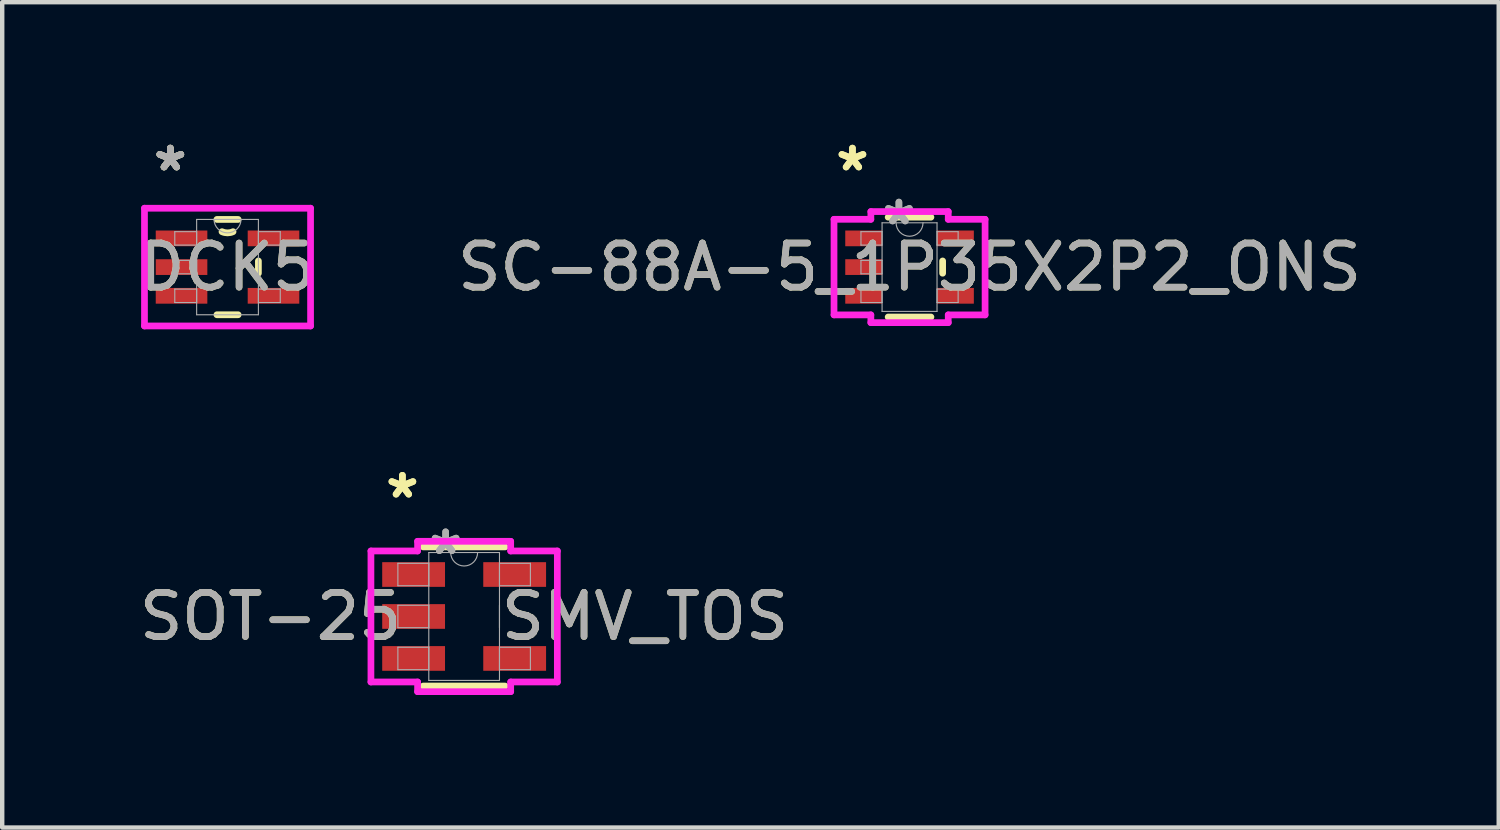
<source format=kicad_pcb>
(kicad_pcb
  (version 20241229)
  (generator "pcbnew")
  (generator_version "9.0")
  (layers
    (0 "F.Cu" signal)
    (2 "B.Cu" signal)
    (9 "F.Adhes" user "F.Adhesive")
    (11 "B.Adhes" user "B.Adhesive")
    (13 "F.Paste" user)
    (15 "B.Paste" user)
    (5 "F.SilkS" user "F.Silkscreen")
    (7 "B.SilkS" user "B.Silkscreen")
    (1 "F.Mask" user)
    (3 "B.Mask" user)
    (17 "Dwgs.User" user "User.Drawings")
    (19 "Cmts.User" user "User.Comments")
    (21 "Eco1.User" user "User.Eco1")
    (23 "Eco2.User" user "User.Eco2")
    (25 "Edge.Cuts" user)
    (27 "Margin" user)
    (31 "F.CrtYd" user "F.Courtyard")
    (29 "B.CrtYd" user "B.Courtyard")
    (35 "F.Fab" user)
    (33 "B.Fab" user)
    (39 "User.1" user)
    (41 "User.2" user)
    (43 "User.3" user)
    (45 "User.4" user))
  (footprint "SOT-25   SMV_TOS"
    (layer "F.Cu")
    (at 7.458 10.907)
    (property "Reference" "SOT-25   SMV_TOS" (at 0 0 0) (unlocked yes) (layer "F.SilkS") (effects (font (size 1 1) (thickness 0.15))))
    (attr smd)
    (fp_line (start -0.927 1.575) (end 0.927 1.575) (stroke (width 0.152) (type solid)) (layer "F.SilkS"))
    (fp_line (start 0.927 -1.575) (end -0.927 -1.575) (stroke (width 0.152) (type solid)) (layer "F.SilkS"))
    (fp_line (start -2.11 -1.483) (end -1.054 -1.483) (stroke (width 0.152) (type solid)) (layer "F.CrtYd"))
    (fp_line (start -2.11 1.483) (end -2.11 -1.483) (stroke (width 0.152) (type solid)) (layer "F.CrtYd"))
    (fp_line (start -2.11 1.483) (end -1.054 1.483) (stroke (width 0.152) (type solid)) (layer "F.CrtYd"))
    (fp_line (start -1.054 -1.702) (end 1.054 -1.702) (stroke (width 0.152) (type solid)) (layer "F.CrtYd"))
    (fp_line (start -1.054 -1.483) (end -1.054 -1.702) (stroke (width 0.152) (type solid)) (layer "F.CrtYd"))
    (fp_line (start -1.054 1.702) (end -1.054 1.483) (stroke (width 0.152) (type solid)) (layer "F.CrtYd"))
    (fp_line (start 1.054 -1.702) (end 1.054 -1.483) (stroke (width 0.152) (type solid)) (layer "F.CrtYd"))
    (fp_line (start 1.054 1.483) (end 1.054 1.702) (stroke (width 0.152) (type solid)) (layer "F.CrtYd"))
    (fp_line (start 1.054 1.702) (end -1.054 1.702) (stroke (width 0.152) (type solid)) (layer "F.CrtYd"))
    (fp_line (start 2.11 -1.483) (end 1.054 -1.483) (stroke (width 0.152) (type solid)) (layer "F.CrtYd"))
    (fp_line (start 2.11 -1.483) (end 2.11 1.483) (stroke (width 0.152) (type solid)) (layer "F.CrtYd"))
    (fp_line (start 2.11 1.483) (end 1.054 1.483) (stroke (width 0.152) (type solid)) (layer "F.CrtYd"))
    (fp_line (start -1.5 -1.204) (end -1.5 -0.696) (stroke (width 0.025) (type solid)) (layer "F.Fab"))
    (fp_line (start -1.5 -0.696) (end -0.8 -0.696) (stroke (width 0.025) (type solid)) (layer "F.Fab"))
    (fp_line (start -1.5 -0.254) (end -1.5 0.254) (stroke (width 0.025) (type solid)) (layer "F.Fab"))
    (fp_line (start -1.5 0.254) (end -0.8 0.254) (stroke (width 0.025) (type solid)) (layer "F.Fab"))
    (fp_line (start -1.5 0.696) (end -1.5 1.204) (stroke (width 0.025) (type solid)) (layer "F.Fab"))
    (fp_line (start -1.5 1.204) (end -0.8 1.204) (stroke (width 0.025) (type solid)) (layer "F.Fab"))
    (fp_line (start -0.8 -1.448) (end -0.8 1.448) (stroke (width 0.025) (type solid)) (layer "F.Fab"))
    (fp_line (start -0.8 -1.204) (end -1.5 -1.204) (stroke (width 0.025) (type solid)) (layer "F.Fab"))
    (fp_line (start -0.8 -0.696) (end -0.8 -1.204) (stroke (width 0.025) (type solid)) (layer "F.Fab"))
    (fp_line (start -0.8 -0.254) (end -1.5 -0.254) (stroke (width 0.025) (type solid)) (layer "F.Fab"))
    (fp_line (start -0.8 0.254) (end -0.8 -0.254) (stroke (width 0.025) (type solid)) (layer "F.Fab"))
    (fp_line (start -0.8 0.696) (end -1.5 0.696) (stroke (width 0.025) (type solid)) (layer "F.Fab"))
    (fp_line (start -0.8 1.204) (end -0.8 0.696) (stroke (width 0.025) (type solid)) (layer "F.Fab"))
    (fp_line (start -0.8 1.448) (end 0.8 1.448) (stroke (width 0.025) (type solid)) (layer "F.Fab"))
    (fp_line (start 0.8 -1.448) (end -0.8 -1.448) (stroke (width 0.025) (type solid)) (layer "F.Fab"))
    (fp_line (start 0.8 -1.204) (end 0.8 -0.696) (stroke (width 0.025) (type solid)) (layer "F.Fab"))
    (fp_line (start 0.8 -0.696) (end 1.5 -0.696) (stroke (width 0.025) (type solid)) (layer "F.Fab"))
    (fp_line (start 0.8 -0.254) (end 0.8 0.254) (stroke (width 0.025) (type solid)) (layer "F.Fab"))
    (fp_line (start 0.8 0.696) (end 0.8 1.204) (stroke (width 0.025) (type solid)) (layer "F.Fab"))
    (fp_line (start 0.8 1.204) (end 1.5 1.204) (stroke (width 0.025) (type solid)) (layer "F.Fab"))
    (fp_line (start 0.8 1.448) (end 0.8 -1.448) (stroke (width 0.025) (type solid)) (layer "F.Fab"))
    (fp_line (start 1.5 -1.204) (end 0.8 -1.204) (stroke (width 0.025) (type solid)) (layer "F.Fab"))
    (fp_line (start 1.5 -0.696) (end 1.5 -1.204) (stroke (width 0.025) (type solid)) (layer "F.Fab"))
    (fp_line (start 1.5 0.696) (end 0.8 0.696) (stroke (width 0.025) (type solid)) (layer "F.Fab"))
    (fp_line (start 1.5 1.204) (end 1.5 0.696) (stroke (width 0.025) (type solid)) (layer "F.Fab"))
    (fp_arc (start 0.3048 -1.4478) (mid 0 -1.143) (end -0.3048 -1.4478) (stroke (width 0.0254) (type solid)) (layer "F.Fab"))
    (fp_text user "*" (at -1.398 -2.652 0) (layer "F.SilkS") (effects (font (size 1 1) (thickness 0.15))))
    (fp_text user "*" (at -1.398 -2.652 0) (unlocked yes) (layer "F.SilkS") (effects (font (size 1 1) (thickness 0.15))))
    (fp_text user "*" (at -0.419 -1.372 0) (unlocked yes) (layer "F.Fab") (effects (font (size 1 1) (thickness 0.15))))
    (fp_text user "*" (at -0.419 -1.372 0) (layer "F.Fab") (effects (font (size 1 1) (thickness 0.15))))
    (fp_text user "${REFERENCE}" (at 0 0 0) (unlocked yes) (layer "F.Fab") (effects (font (size 1 1) (thickness 0.15))))
    (pad "1" smd rect (at -1.144 -0.95) (size 1.422 0.559) (layers "F.Cu" "F.Mask" "F.Paste"))
    (pad "2" smd rect (at -1.144 0) (size 1.422 0.559) (layers "F.Cu" "F.Mask" "F.Paste"))
    (pad "3" smd rect (at -1.144 0.95) (size 1.422 0.559) (layers "F.Cu" "F.Mask" "F.Paste"))
    (pad "4" smd rect (at 1.144 0.95) (size 1.422 0.559) (layers "F.Cu" "F.Mask" "F.Paste"))
    (pad "5" smd rect (at 1.144 -0.95) (size 1.422 0.559) (layers "F.Cu" "F.Mask" "F.Paste")))
  (footprint "SC-88A-5_1P35X2P2_ONS"
    (layer "F.Cu")
    (at 17.542 2.997)
    (property "Reference" "SC-88A-5_1P35X2P2_ONS" (at 0 0 0) (unlocked yes) (layer "F.SilkS") (effects (font (size 1 1) (thickness 0.15))))
    (attr smd)
    (fp_line (start -0.484 1.13) (end 0.484 1.13) (stroke (width 0.152) (type solid)) (layer "F.SilkS"))
    (fp_line (start 0.484 -1.13) (end -0.484 -1.13) (stroke (width 0.152) (type solid)) (layer "F.SilkS"))
    (fp_line (start 0.749 0.139) (end 0.749 -0.139) (stroke (width 0.152) (type solid)) (layer "F.SilkS"))
    (fp_line (start -1.71 -1.082) (end -0.876 -1.082) (stroke (width 0.152) (type solid)) (layer "F.CrtYd"))
    (fp_line (start -1.71 1.082) (end -1.71 -1.082) (stroke (width 0.152) (type solid)) (layer "F.CrtYd"))
    (fp_line (start -1.71 1.082) (end -0.876 1.082) (stroke (width 0.152) (type solid)) (layer "F.CrtYd"))
    (fp_line (start -0.876 -1.257) (end 0.876 -1.257) (stroke (width 0.152) (type solid)) (layer "F.CrtYd"))
    (fp_line (start -0.876 -1.082) (end -0.876 -1.257) (stroke (width 0.152) (type solid)) (layer "F.CrtYd"))
    (fp_line (start -0.876 1.257) (end -0.876 1.082) (stroke (width 0.152) (type solid)) (layer "F.CrtYd"))
    (fp_line (start 0.876 -1.257) (end 0.876 -1.082) (stroke (width 0.152) (type solid)) (layer "F.CrtYd"))
    (fp_line (start 0.876 1.082) (end 0.876 1.257) (stroke (width 0.152) (type solid)) (layer "F.CrtYd"))
    (fp_line (start 0.876 1.257) (end -0.876 1.257) (stroke (width 0.152) (type solid)) (layer "F.CrtYd"))
    (fp_line (start 1.71 -1.082) (end 0.876 -1.082) (stroke (width 0.152) (type solid)) (layer "F.CrtYd"))
    (fp_line (start 1.71 -1.082) (end 1.71 1.082) (stroke (width 0.152) (type solid)) (layer "F.CrtYd"))
    (fp_line (start 1.71 1.082) (end 0.876 1.082) (stroke (width 0.152) (type solid)) (layer "F.CrtYd"))
    (fp_line (start -1.1 -0.802) (end -1.1 -0.498) (stroke (width 0.025) (type solid)) (layer "F.Fab"))
    (fp_line (start -1.1 -0.498) (end -0.622 -0.498) (stroke (width 0.025) (type solid)) (layer "F.Fab"))
    (fp_line (start -1.1 -0.152) (end -1.1 0.152) (stroke (width 0.025) (type solid)) (layer "F.Fab"))
    (fp_line (start -1.1 0.152) (end -0.622 0.152) (stroke (width 0.025) (type solid)) (layer "F.Fab"))
    (fp_line (start -1.1 0.498) (end -1.1 0.802) (stroke (width 0.025) (type solid)) (layer "F.Fab"))
    (fp_line (start -1.1 0.802) (end -0.622 0.802) (stroke (width 0.025) (type solid)) (layer "F.Fab"))
    (fp_line (start -0.622 -1.003) (end -0.622 1.003) (stroke (width 0.025) (type solid)) (layer "F.Fab"))
    (fp_line (start -0.622 -0.802) (end -1.1 -0.802) (stroke (width 0.025) (type solid)) (layer "F.Fab"))
    (fp_line (start -0.622 -0.498) (end -0.622 -0.802) (stroke (width 0.025) (type solid)) (layer "F.Fab"))
    (fp_line (start -0.622 -0.152) (end -1.1 -0.152) (stroke (width 0.025) (type solid)) (layer "F.Fab"))
    (fp_line (start -0.622 0.152) (end -0.622 -0.152) (stroke (width 0.025) (type solid)) (layer "F.Fab"))
    (fp_line (start -0.622 0.498) (end -1.1 0.498) (stroke (width 0.025) (type solid)) (layer "F.Fab"))
    (fp_line (start -0.622 0.802) (end -0.622 0.498) (stroke (width 0.025) (type solid)) (layer "F.Fab"))
    (fp_line (start -0.622 1.003) (end 0.622 1.003) (stroke (width 0.025) (type solid)) (layer "F.Fab"))
    (fp_line (start 0.622 -1.003) (end -0.622 -1.003) (stroke (width 0.025) (type solid)) (layer "F.Fab"))
    (fp_line (start 0.622 -0.802) (end 0.622 -0.498) (stroke (width 0.025) (type solid)) (layer "F.Fab"))
    (fp_line (start 0.622 -0.498) (end 1.1 -0.498) (stroke (width 0.025) (type solid)) (layer "F.Fab"))
    (fp_line (start 0.622 0.498) (end 0.622 0.802) (stroke (width 0.025) (type solid)) (layer "F.Fab"))
    (fp_line (start 0.622 0.802) (end 1.1 0.802) (stroke (width 0.025) (type solid)) (layer "F.Fab"))
    (fp_line (start 0.622 1.003) (end 0.622 -1.003) (stroke (width 0.025) (type solid)) (layer "F.Fab"))
    (fp_line (start 1.1 -0.802) (end 0.622 -0.802) (stroke (width 0.025) (type solid)) (layer "F.Fab"))
    (fp_line (start 1.1 -0.498) (end 1.1 -0.802) (stroke (width 0.025) (type solid)) (layer "F.Fab"))
    (fp_line (start 1.1 0.498) (end 0.622 0.498) (stroke (width 0.025) (type solid)) (layer "F.Fab"))
    (fp_line (start 1.1 0.802) (end 1.1 0.498) (stroke (width 0.025) (type solid)) (layer "F.Fab"))
    (fp_arc (start 0.3048 -1.0033) (mid 0 -0.6985) (end -0.3048 -1.0033) (stroke (width 0.0254) (type solid)) (layer "F.Fab"))
    (fp_text user "*" (at -1.293 -2.149 0) (unlocked yes) (layer "F.SilkS") (effects (font (size 1 1) (thickness 0.15))))
    (fp_text user "*" (at -1.293 -2.149 0) (layer "F.SilkS") (effects (font (size 1 1) (thickness 0.15))))
    (fp_text user "*" (at -0.241 -0.927 0) (layer "F.Fab") (effects (font (size 1 1) (thickness 0.15))))
    (fp_text user "*" (at -0.241 -0.927 0) (unlocked yes) (layer "F.Fab") (effects (font (size 1 1) (thickness 0.15))))
    (fp_text user "${REFERENCE}" (at 0 0 0) (unlocked yes) (layer "F.Fab") (effects (font (size 1 1) (thickness 0.15))))
    (pad "1" smd rect (at -1.039 -0.65) (size 0.833 0.356) (layers "F.Cu" "F.Mask" "F.Paste"))
    (pad "2" smd rect (at -1.039 0) (size 0.833 0.356) (layers "F.Cu" "F.Mask" "F.Paste"))
    (pad "3" smd rect (at -1.039 0.65) (size 0.833 0.356) (layers "F.Cu" "F.Mask" "F.Paste"))
    (pad "4" smd rect (at 1.039 0.65) (size 0.833 0.356) (layers "F.Cu" "F.Mask" "F.Paste"))
    (pad "5" smd rect (at 1.039 -0.65) (size 0.833 0.356) (layers "F.Cu" "F.Mask" "F.Paste")))
  (footprint "DCK5"
    (layer "F.Cu")
    (at 2.101 2.997)
    (property "Reference" "DCK5" (at 0 0 0) (unlocked yes) (layer "F.SilkS") (effects (font (size 1 1) (thickness 0.15))))
    (attr smd)
    (fp_line (start -0.24 1.079) (end 0.24 1.079) (stroke (width 0.152) (type solid)) (layer "F.SilkS"))
    (fp_line (start 0.24 -1.079) (end -0.24 -1.079) (stroke (width 0.152) (type solid)) (layer "F.SilkS"))
    (fp_line (start 0.699 0.139) (end 0.699 -0.139) (stroke (width 0.152) (type solid)) (layer "F.SilkS"))
    (fp_arc (start 0.12446 -0.801269) (mid 0 -0.7747) (end -0.12446 -0.801269) (stroke (width 0.1524) (type solid)) (layer "F.SilkS"))
    (fp_line (start -1.88 -1.333) (end 1.88 -1.333) (stroke (width 0.152) (type solid)) (layer "F.CrtYd"))
    (fp_line (start -1.88 1.333) (end -1.88 -1.333) (stroke (width 0.152) (type solid)) (layer "F.CrtYd"))
    (fp_line (start 1.88 -1.333) (end 1.88 1.333) (stroke (width 0.152) (type solid)) (layer "F.CrtYd"))
    (fp_line (start 1.88 1.333) (end -1.88 1.333) (stroke (width 0.152) (type solid)) (layer "F.CrtYd"))
    (fp_line (start -1.194 -0.802) (end -1.194 -0.498) (stroke (width 0.025) (type solid)) (layer "F.Fab"))
    (fp_line (start -1.194 -0.498) (end -0.699 -0.498) (stroke (width 0.025) (type solid)) (layer "F.Fab"))
    (fp_line (start -1.194 -0.152) (end -1.194 0.152) (stroke (width 0.025) (type solid)) (layer "F.Fab"))
    (fp_line (start -1.194 0.152) (end -0.699 0.152) (stroke (width 0.025) (type solid)) (layer "F.Fab"))
    (fp_line (start -1.194 0.498) (end -1.194 0.802) (stroke (width 0.025) (type solid)) (layer "F.Fab"))
    (fp_line (start -1.194 0.802) (end -0.699 0.802) (stroke (width 0.025) (type solid)) (layer "F.Fab"))
    (fp_line (start -0.699 -1.079) (end -0.699 1.079) (stroke (width 0.025) (type solid)) (layer "F.Fab"))
    (fp_line (start -0.699 -0.802) (end -1.194 -0.802) (stroke (width 0.025) (type solid)) (layer "F.Fab"))
    (fp_line (start -0.699 -0.498) (end -0.699 -0.802) (stroke (width 0.025) (type solid)) (layer "F.Fab"))
    (fp_line (start -0.699 -0.152) (end -1.194 -0.152) (stroke (width 0.025) (type solid)) (layer "F.Fab"))
    (fp_line (start -0.699 0.152) (end -0.699 -0.152) (stroke (width 0.025) (type solid)) (layer "F.Fab"))
    (fp_line (start -0.699 0.498) (end -1.194 0.498) (stroke (width 0.025) (type solid)) (layer "F.Fab"))
    (fp_line (start -0.699 0.802) (end -0.699 0.498) (stroke (width 0.025) (type solid)) (layer "F.Fab"))
    (fp_line (start -0.699 1.079) (end 0.699 1.079) (stroke (width 0.025) (type solid)) (layer "F.Fab"))
    (fp_line (start 0.699 -1.079) (end -0.699 -1.079) (stroke (width 0.025) (type solid)) (layer "F.Fab"))
    (fp_line (start 0.699 -0.802) (end 0.699 -0.498) (stroke (width 0.025) (type solid)) (layer "F.Fab"))
    (fp_line (start 0.699 -0.498) (end 1.194 -0.498) (stroke (width 0.025) (type solid)) (layer "F.Fab"))
    (fp_line (start 0.699 0.498) (end 0.699 0.802) (stroke (width 0.025) (type solid)) (layer "F.Fab"))
    (fp_line (start 0.699 0.802) (end 1.194 0.802) (stroke (width 0.025) (type solid)) (layer "F.Fab"))
    (fp_line (start 0.699 1.079) (end 0.699 -1.079) (stroke (width 0.025) (type solid)) (layer "F.Fab"))
    (fp_line (start 1.194 -0.802) (end 0.699 -0.802) (stroke (width 0.025) (type solid)) (layer "F.Fab"))
    (fp_line (start 1.194 -0.498) (end 1.194 -0.802) (stroke (width 0.025) (type solid)) (layer "F.Fab"))
    (fp_line (start 1.194 0.498) (end 0.699 0.498) (stroke (width 0.025) (type solid)) (layer "F.Fab"))
    (fp_line (start 1.194 0.802) (end 1.194 0.498) (stroke (width 0.025) (type solid)) (layer "F.Fab"))
    (fp_arc (start 0.3048 -1.0795) (mid 0 -0.7747) (end -0.3048 -1.0795) (stroke (width 0.0254) (type solid)) (layer "F.Fab"))
    (fp_text user "*" (at -1.295 -2.149 0) (unlocked yes) (layer "F.SilkS") (effects (font (size 1 1) (thickness 0.15))))
    (fp_text user "*" (at -1.295 -2.149 0) (layer "F.SilkS") (effects (font (size 1 1) (thickness 0.15))))
    (fp_text user "${REFERENCE}" (at 0 0 0) (unlocked yes) (layer "F.Fab") (effects (font (size 1 1) (thickness 0.15))))
    (fp_text user "*" (at -1.295 -2.149 0) (layer "F.Fab") (effects (font (size 1 1) (thickness 0.15))))
    (fp_text user "*" (at -1.295 -2.149 0) (unlocked yes) (layer "F.Fab") (effects (font (size 1 1) (thickness 0.15))))
    (pad "1" smd rect (at -1.041 -0.65) (size 1.168 0.356) (layers "F.Cu" "F.Mask" "F.Paste"))
    (pad "2" smd rect (at -1.041 0) (size 1.168 0.356) (layers "F.Cu" "F.Mask" "F.Paste"))
    (pad "3" smd rect (at -1.041 0.65) (size 1.168 0.356) (layers "F.Cu" "F.Mask" "F.Paste"))
    (pad "4" smd rect (at 1.041 0.65) (size 1.168 0.356) (layers "F.Cu" "F.Mask" "F.Paste"))
    (pad "5" smd rect (at 1.041 -0.65) (size 1.168 0.356) (layers "F.Cu" "F.Mask" "F.Paste")))
  (gr_rect
    (start -3 -3)
    (end 30.881 15.685)
    (stroke (width 0.1) (type default))
    (fill no)
    (layer "Edge.Cuts")))
</source>
